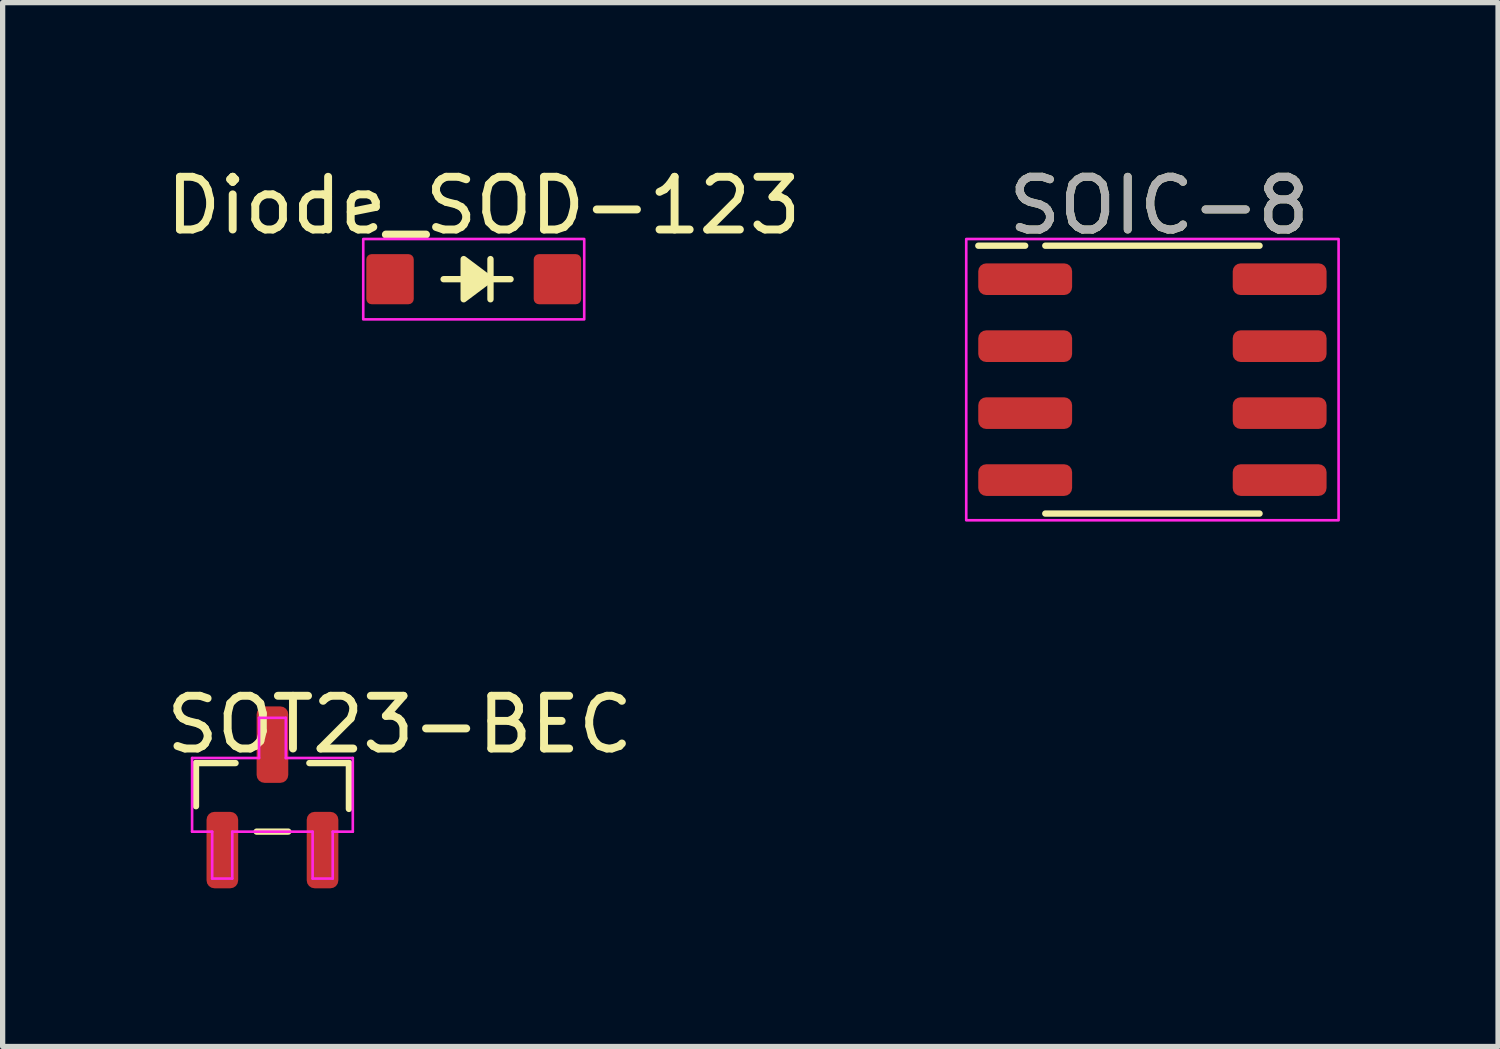
<source format=kicad_pcb>
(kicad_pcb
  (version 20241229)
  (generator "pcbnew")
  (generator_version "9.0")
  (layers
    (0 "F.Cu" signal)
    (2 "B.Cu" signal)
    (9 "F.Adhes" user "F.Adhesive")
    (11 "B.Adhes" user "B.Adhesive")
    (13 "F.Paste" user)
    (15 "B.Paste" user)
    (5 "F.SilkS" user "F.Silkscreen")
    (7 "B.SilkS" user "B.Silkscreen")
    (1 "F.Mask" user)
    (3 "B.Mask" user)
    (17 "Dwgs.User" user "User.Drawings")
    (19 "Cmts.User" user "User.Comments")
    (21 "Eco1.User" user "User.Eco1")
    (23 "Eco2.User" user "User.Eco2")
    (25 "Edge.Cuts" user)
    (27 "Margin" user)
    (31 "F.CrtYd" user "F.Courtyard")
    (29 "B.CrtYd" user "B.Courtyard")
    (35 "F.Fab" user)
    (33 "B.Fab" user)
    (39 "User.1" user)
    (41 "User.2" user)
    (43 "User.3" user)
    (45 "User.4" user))
  (footprint "Diode_SOD-123"
    (layer "F.Cu")
    (at 5.236 2.245)
    (property "Reference" "Diode_SOD-123" (at 0.889 -1.397 0) (unlocked yes) (layer "F.SilkS") (effects (font (size 1 1) (thickness 0.15))))
    (attr smd)
    (fp_line (start 0.127 0) (end 1.397 0) (stroke (width 0.12) (type solid)) (layer "F.SilkS"))
    (fp_line (start 1.016 -0.381) (end 1.016 0.381) (stroke (width 0.12) (type solid)) (layer "F.SilkS"))
    (fp_poly (pts (xy 1.016 0) (xy 0.508 0.381) (xy 0.508 -0.381)) (stroke (width 0.12) (type solid)) (fill yes) (layer "F.SilkS"))
    (fp_rect (start -1.397 -0.762) (end 2.794 0.762) (stroke (width 0.05) (type solid)) (fill no) (layer "F.CrtYd"))
    (pad "A" smd roundrect (at -0.889 0) (size 0.9 0.95) (layers "F.Cu" "F.Mask" "F.Paste") (roundrect_rratio 0.111))
    (pad "K" smd roundrect (at 2.286 0) (size 0.9 0.95) (layers "F.Cu" "F.Mask" "F.Paste") (roundrect_rratio 0.111)))
  (footprint "SOT23-BEC"
    (layer "F.Cu")
    (at 2.117 12.088)
    (property "Reference" "SOT23-BEC" (at 2.413 -1.397 0) (unlocked yes) (layer "F.SilkS") (effects (font (size 1 1) (thickness 0.15))))
    (attr smd)
    (fp_line (start -1.45 -0.666) (end -0.7 -0.666) (stroke (width 0.12) (type solid)) (layer "F.SilkS"))
    (fp_line (start -1.45 0.152) (end -1.45 -0.666) (stroke (width 0.12) (type solid)) (layer "F.SilkS"))
    (fp_line (start -0.3 0.634) (end 0.3 0.634) (stroke (width 0.12) (type solid)) (layer "F.SilkS"))
    (fp_line (start 0.7 -0.666) (end 1.45 -0.666) (stroke (width 0.12) (type solid)) (layer "F.SilkS"))
    (fp_line (start 1.45 -0.666) (end 1.45 0.203) (stroke (width 0.12) (type solid)) (layer "F.SilkS"))
    (fp_line (start -1.524 -0.762) (end -1.524 0.635) (stroke (width 0.05) (type solid)) (layer "F.CrtYd"))
    (fp_line (start -1.524 0.635) (end -1.143 0.635) (stroke (width 0.05) (type solid)) (layer "F.CrtYd"))
    (fp_line (start -1.143 0.635) (end -1.143 1.524) (stroke (width 0.05) (type solid)) (layer "F.CrtYd"))
    (fp_line (start -1.143 1.524) (end -0.762 1.524) (stroke (width 0.05) (type solid)) (layer "F.CrtYd"))
    (fp_line (start -0.762 0.635) (end 0.762 0.635) (stroke (width 0.05) (type solid)) (layer "F.CrtYd"))
    (fp_line (start -0.762 1.524) (end -0.762 0.635) (stroke (width 0.05) (type solid)) (layer "F.CrtYd"))
    (fp_line (start -0.254 -1.524) (end -0.254 -0.762) (stroke (width 0.05) (type solid)) (layer "F.CrtYd"))
    (fp_line (start -0.254 -0.762) (end -1.524 -0.762) (stroke (width 0.05) (type solid)) (layer "F.CrtYd"))
    (fp_line (start 0.254 -1.524) (end -0.254 -1.524) (stroke (width 0.05) (type solid)) (layer "F.CrtYd"))
    (fp_line (start 0.254 -0.762) (end 0.254 -1.524) (stroke (width 0.05) (type solid)) (layer "F.CrtYd"))
    (fp_line (start 0.762 0.635) (end 0.762 1.524) (stroke (width 0.05) (type solid)) (layer "F.CrtYd"))
    (fp_line (start 0.762 1.524) (end 1.143 1.524) (stroke (width 0.05) (type solid)) (layer "F.CrtYd"))
    (fp_line (start 1.143 0.635) (end 1.524 0.635) (stroke (width 0.05) (type solid)) (layer "F.CrtYd"))
    (fp_line (start 1.143 1.524) (end 1.143 0.635) (stroke (width 0.05) (type solid)) (layer "F.CrtYd"))
    (fp_line (start 1.524 -0.762) (end 0.254 -0.762) (stroke (width 0.05) (type solid)) (layer "F.CrtYd"))
    (fp_line (start 1.524 0.635) (end 1.524 -0.762) (stroke (width 0.05) (type solid)) (layer "F.CrtYd"))
    (pad "B" smd roundrect (at -0.95 0.984) (size 0.6 1.45) (layers "F.Cu" "F.Mask" "F.Paste") (roundrect_rratio 0.25))
    (pad "C" smd roundrect (at 0 -1.016) (size 0.6 1.45) (layers "F.Cu" "F.Mask" "F.Paste") (roundrect_rratio 0.25))
    (pad "E" smd roundrect (at 0.95 0.984) (size 0.6 1.45) (layers "F.Cu" "F.Mask" "F.Paste") (roundrect_rratio 0.25)))
  (footprint "SOIC-8"
    (layer "F.Cu")
    (at 18.806 4.15)
    (property "Reference" "SOIC-8" (at 0.127 -3.302 0) (unlocked yes) (layer "F.SilkS") (effects (font (size 1 1) (thickness 0.15))))
    (attr smd)
    (fp_line (start -3.302 -2.54) (end -2.413 -2.54) (stroke (width 0.12) (type solid)) (layer "F.SilkS"))
    (fp_line (start -2.032 -2.54) (end 2.032 -2.54) (stroke (width 0.12) (type solid)) (layer "F.SilkS"))
    (fp_line (start 2.032 2.54) (end -2.032 2.54) (stroke (width 0.12) (type solid)) (layer "F.SilkS"))
    (fp_rect (start -3.531 -2.667) (end 3.531 2.667) (stroke (width 0.05) (type solid)) (fill no) (layer "F.CrtYd"))
    (fp_text user "${REFERENCE}" (at 0.127 -3.302 0) (unlocked yes) (layer "F.Fab") (effects (font (size 1 1) (thickness 0.15))))
    (pad "1" smd roundrect (at -2.413 -1.905) (size 1.78 0.6) (layers "F.Cu" "F.Mask" "F.Paste") (roundrect_rratio 0.25))
    (pad "2" smd roundrect (at -2.413 -0.635) (size 1.78 0.6) (layers "F.Cu" "F.Mask" "F.Paste") (roundrect_rratio 0.25))
    (pad "3" smd roundrect (at -2.413 0.635) (size 1.78 0.6) (layers "F.Cu" "F.Mask" "F.Paste") (roundrect_rratio 0.25))
    (pad "4" smd roundrect (at -2.413 1.905) (size 1.78 0.6) (layers "F.Cu" "F.Mask" "F.Paste") (roundrect_rratio 0.25))
    (pad "5" smd roundrect (at 2.413 1.905) (size 1.78 0.6) (layers "F.Cu" "F.Mask" "F.Paste") (roundrect_rratio 0.25))
    (pad "6" smd roundrect (at 2.413 0.635) (size 1.78 0.6) (layers "F.Cu" "F.Mask" "F.Paste") (roundrect_rratio 0.25))
    (pad "7" smd roundrect (at 2.413 -0.635) (size 1.78 0.6) (layers "F.Cu" "F.Mask" "F.Paste") (roundrect_rratio 0.25))
    (pad "8" smd roundrect (at 2.413 -1.905) (size 1.78 0.6) (layers "F.Cu" "F.Mask" "F.Paste") (roundrect_rratio 0.25)))
  (gr_rect
    (start -3 -3)
    (end 25.361 16.797)
    (stroke (width 0.1) (type default))
    (fill no)
    (layer "Edge.Cuts")))
</source>
